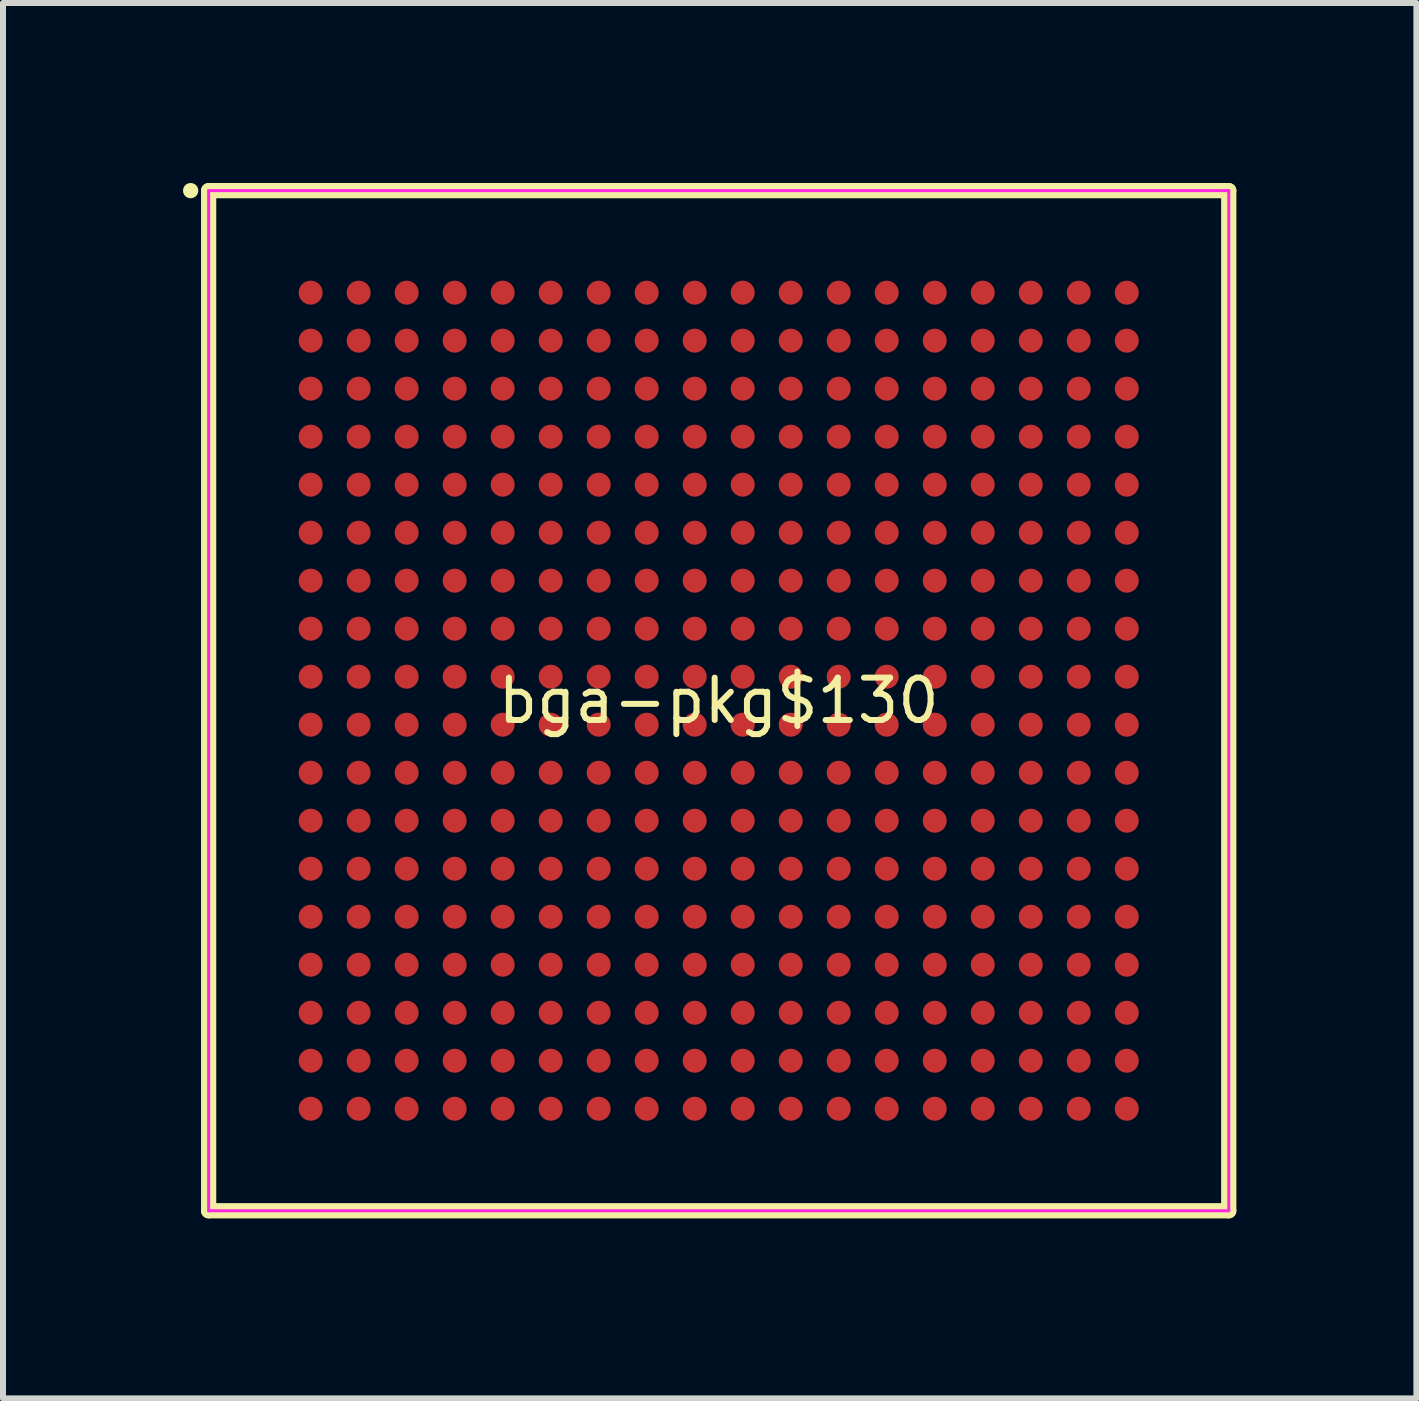
<source format=kicad_pcb>
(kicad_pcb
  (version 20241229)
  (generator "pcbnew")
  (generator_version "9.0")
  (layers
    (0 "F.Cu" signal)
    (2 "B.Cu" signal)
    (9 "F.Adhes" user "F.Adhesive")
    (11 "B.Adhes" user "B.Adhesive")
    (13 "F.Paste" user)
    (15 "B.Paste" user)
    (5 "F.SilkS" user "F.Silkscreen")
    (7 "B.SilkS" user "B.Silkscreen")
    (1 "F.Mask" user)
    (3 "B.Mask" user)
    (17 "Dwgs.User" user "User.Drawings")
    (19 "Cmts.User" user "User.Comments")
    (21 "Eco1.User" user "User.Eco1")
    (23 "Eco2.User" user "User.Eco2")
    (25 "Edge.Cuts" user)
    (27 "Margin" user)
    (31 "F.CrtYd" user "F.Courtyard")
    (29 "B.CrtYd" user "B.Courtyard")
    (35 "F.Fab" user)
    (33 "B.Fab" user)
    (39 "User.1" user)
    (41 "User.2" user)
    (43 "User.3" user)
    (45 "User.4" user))
  (footprint "bga-pkg$130"
    (layer "F.Cu")
    (at 8.927 8.627)
    (property "Reference" "bga-pkg$130" (at 0 0 0) (layer "F.SilkS") (effects (font (size 0.706 0.706) (thickness 0.1))))
    (attr through_hole)
    (fp_line (start -8.5 -8.5) (end -8.5 8.5) (stroke (width 0.254) (type solid)) (layer "F.SilkS"))
    (fp_line (start -8.5 8.5) (end 8.5 8.5) (stroke (width 0.254) (type solid)) (layer "F.SilkS"))
    (fp_line (start 8.5 -8.5) (end -8.5 -8.5) (stroke (width 0.254) (type solid)) (layer "F.SilkS"))
    (fp_line (start 8.5 8.5) (end 8.5 -8.5) (stroke (width 0.254) (type solid)) (layer "F.SilkS"))
    (fp_poly (pts (xy -8.673 -8.5) (xy -8.675 -8.525) (xy -8.683 -8.549) (xy -8.694 -8.571) (xy -8.71 -8.59) (xy -8.729 -8.606) (xy -8.751 -8.617) (xy -8.775 -8.625) (xy -8.8 -8.627) (xy -8.825 -8.625) (xy -8.849 -8.617) (xy -8.871 -8.606) (xy -8.89 -8.59) (xy -8.906 -8.571) (xy -8.917 -8.549) (xy -8.925 -8.525) (xy -8.927 -8.5) (xy -8.925 -8.475) (xy -8.917 -8.451) (xy -8.906 -8.429) (xy -8.89 -8.41) (xy -8.871 -8.394) (xy -8.849 -8.383) (xy -8.825 -8.375) (xy -8.8 -8.373) (xy -8.775 -8.375) (xy -8.751 -8.383) (xy -8.729 -8.394) (xy -8.71 -8.41) (xy -8.694 -8.429) (xy -8.683 -8.451) (xy -8.675 -8.475)) (stroke (width 0) (type solid)) (fill yes) (layer "F.SilkS"))
    (fp_line (start -8.5 -8.5) (end -8.5 8.5) (stroke (width 0.05) (type solid)) (layer "F.CrtYd"))
    (fp_line (start -8.5 8.5) (end 8.5 8.5) (stroke (width 0.05) (type solid)) (layer "F.CrtYd"))
    (fp_line (start 8.5 -8.5) (end -8.5 -8.5) (stroke (width 0.05) (type solid)) (layer "F.CrtYd"))
    (fp_line (start 8.5 8.5) (end 8.5 -8.5) (stroke (width 0.05) (type solid)) (layer "F.CrtYd"))
    (pad "A1" smd circle (at -6.8 -6.8) (size 0.4 0.4) (layers "F.Cu" "F.Mask" "F.Paste"))
    (pad "A2" smd circle (at -6 -6.8) (size 0.4 0.4) (layers "F.Cu" "F.Mask" "F.Paste"))
    (pad "A3" smd circle (at -5.2 -6.8) (size 0.4 0.4) (layers "F.Cu" "F.Mask" "F.Paste"))
    (pad "A4" smd circle (at -4.4 -6.8) (size 0.4 0.4) (layers "F.Cu" "F.Mask" "F.Paste"))
    (pad "A5" smd circle (at -3.6 -6.8) (size 0.4 0.4) (layers "F.Cu" "F.Mask" "F.Paste"))
    (pad "A6" smd circle (at -2.8 -6.8) (size 0.4 0.4) (layers "F.Cu" "F.Mask" "F.Paste"))
    (pad "A7" smd circle (at -2 -6.8) (size 0.4 0.4) (layers "F.Cu" "F.Mask" "F.Paste"))
    (pad "A8" smd circle (at -1.2 -6.8) (size 0.4 0.4) (layers "F.Cu" "F.Mask" "F.Paste"))
    (pad "A9" smd circle (at -0.4 -6.8) (size 0.4 0.4) (layers "F.Cu" "F.Mask" "F.Paste"))
    (pad "A10" smd circle (at 0.4 -6.8) (size 0.4 0.4) (layers "F.Cu" "F.Mask" "F.Paste"))
    (pad "A11" smd circle (at 1.2 -6.8) (size 0.4 0.4) (layers "F.Cu" "F.Mask" "F.Paste"))
    (pad "A12" smd circle (at 2 -6.8) (size 0.4 0.4) (layers "F.Cu" "F.Mask" "F.Paste"))
    (pad "A13" smd circle (at 2.8 -6.8) (size 0.4 0.4) (layers "F.Cu" "F.Mask" "F.Paste"))
    (pad "A14" smd circle (at 3.6 -6.8) (size 0.4 0.4) (layers "F.Cu" "F.Mask" "F.Paste"))
    (pad "A15" smd circle (at 4.4 -6.8) (size 0.4 0.4) (layers "F.Cu" "F.Mask" "F.Paste"))
    (pad "A16" smd circle (at 5.2 -6.8) (size 0.4 0.4) (layers "F.Cu" "F.Mask" "F.Paste"))
    (pad "A17" smd circle (at 6 -6.8) (size 0.4 0.4) (layers "F.Cu" "F.Mask" "F.Paste"))
    (pad "A18" smd circle (at 6.8 -6.8) (size 0.4 0.4) (layers "F.Cu" "F.Mask" "F.Paste"))
    (pad "B1" smd circle (at -6.8 -6) (size 0.4 0.4) (layers "F.Cu" "F.Mask" "F.Paste"))
    (pad "B2" smd circle (at -6 -6) (size 0.4 0.4) (layers "F.Cu" "F.Mask" "F.Paste"))
    (pad "B3" smd circle (at -5.2 -6) (size 0.4 0.4) (layers "F.Cu" "F.Mask" "F.Paste"))
    (pad "B4" smd circle (at -4.4 -6) (size 0.4 0.4) (layers "F.Cu" "F.Mask" "F.Paste"))
    (pad "B5" smd circle (at -3.6 -6) (size 0.4 0.4) (layers "F.Cu" "F.Mask" "F.Paste"))
    (pad "B6" smd circle (at -2.8 -6) (size 0.4 0.4) (layers "F.Cu" "F.Mask" "F.Paste"))
    (pad "B7" smd circle (at -2 -6) (size 0.4 0.4) (layers "F.Cu" "F.Mask" "F.Paste"))
    (pad "B8" smd circle (at -1.2 -6) (size 0.4 0.4) (layers "F.Cu" "F.Mask" "F.Paste"))
    (pad "B9" smd circle (at -0.4 -6) (size 0.4 0.4) (layers "F.Cu" "F.Mask" "F.Paste"))
    (pad "B10" smd circle (at 0.4 -6) (size 0.4 0.4) (layers "F.Cu" "F.Mask" "F.Paste"))
    (pad "B11" smd circle (at 1.2 -6) (size 0.4 0.4) (layers "F.Cu" "F.Mask" "F.Paste"))
    (pad "B12" smd circle (at 2 -6) (size 0.4 0.4) (layers "F.Cu" "F.Mask" "F.Paste"))
    (pad "B13" smd circle (at 2.8 -6) (size 0.4 0.4) (layers "F.Cu" "F.Mask" "F.Paste"))
    (pad "B14" smd circle (at 3.6 -6) (size 0.4 0.4) (layers "F.Cu" "F.Mask" "F.Paste"))
    (pad "B15" smd circle (at 4.4 -6) (size 0.4 0.4) (layers "F.Cu" "F.Mask" "F.Paste"))
    (pad "B16" smd circle (at 5.2 -6) (size 0.4 0.4) (layers "F.Cu" "F.Mask" "F.Paste"))
    (pad "B17" smd circle (at 6 -6) (size 0.4 0.4) (layers "F.Cu" "F.Mask" "F.Paste"))
    (pad "B18" smd circle (at 6.8 -6) (size 0.4 0.4) (layers "F.Cu" "F.Mask" "F.Paste"))
    (pad "C1" smd circle (at -6.8 -5.2) (size 0.4 0.4) (layers "F.Cu" "F.Mask" "F.Paste"))
    (pad "C2" smd circle (at -6 -5.2) (size 0.4 0.4) (layers "F.Cu" "F.Mask" "F.Paste"))
    (pad "C3" smd circle (at -5.2 -5.2) (size 0.4 0.4) (layers "F.Cu" "F.Mask" "F.Paste"))
    (pad "C4" smd circle (at -4.4 -5.2) (size 0.4 0.4) (layers "F.Cu" "F.Mask" "F.Paste"))
    (pad "C5" smd circle (at -3.6 -5.2) (size 0.4 0.4) (layers "F.Cu" "F.Mask" "F.Paste"))
    (pad "C6" smd circle (at -2.8 -5.2) (size 0.4 0.4) (layers "F.Cu" "F.Mask" "F.Paste"))
    (pad "C7" smd circle (at -2 -5.2) (size 0.4 0.4) (layers "F.Cu" "F.Mask" "F.Paste"))
    (pad "C8" smd circle (at -1.2 -5.2) (size 0.4 0.4) (layers "F.Cu" "F.Mask" "F.Paste"))
    (pad "C9" smd circle (at -0.4 -5.2) (size 0.4 0.4) (layers "F.Cu" "F.Mask" "F.Paste"))
    (pad "C10" smd circle (at 0.4 -5.2) (size 0.4 0.4) (layers "F.Cu" "F.Mask" "F.Paste"))
    (pad "C11" smd circle (at 1.2 -5.2) (size 0.4 0.4) (layers "F.Cu" "F.Mask" "F.Paste"))
    (pad "C12" smd circle (at 2 -5.2) (size 0.4 0.4) (layers "F.Cu" "F.Mask" "F.Paste"))
    (pad "C13" smd circle (at 2.8 -5.2) (size 0.4 0.4) (layers "F.Cu" "F.Mask" "F.Paste"))
    (pad "C14" smd circle (at 3.6 -5.2) (size 0.4 0.4) (layers "F.Cu" "F.Mask" "F.Paste"))
    (pad "C15" smd circle (at 4.4 -5.2) (size 0.4 0.4) (layers "F.Cu" "F.Mask" "F.Paste"))
    (pad "C16" smd circle (at 5.2 -5.2) (size 0.4 0.4) (layers "F.Cu" "F.Mask" "F.Paste"))
    (pad "C17" smd circle (at 6 -5.2) (size 0.4 0.4) (layers "F.Cu" "F.Mask" "F.Paste"))
    (pad "C18" smd circle (at 6.8 -5.2) (size 0.4 0.4) (layers "F.Cu" "F.Mask" "F.Paste"))
    (pad "D1" smd circle (at -6.8 -4.4) (size 0.4 0.4) (layers "F.Cu" "F.Mask" "F.Paste"))
    (pad "D2" smd circle (at -6 -4.4) (size 0.4 0.4) (layers "F.Cu" "F.Mask" "F.Paste"))
    (pad "D3" smd circle (at -5.2 -4.4) (size 0.4 0.4) (layers "F.Cu" "F.Mask" "F.Paste"))
    (pad "D4" smd circle (at -4.4 -4.4) (size 0.4 0.4) (layers "F.Cu" "F.Mask" "F.Paste"))
    (pad "D5" smd circle (at -3.6 -4.4) (size 0.4 0.4) (layers "F.Cu" "F.Mask" "F.Paste"))
    (pad "D6" smd circle (at -2.8 -4.4) (size 0.4 0.4) (layers "F.Cu" "F.Mask" "F.Paste"))
    (pad "D7" smd circle (at -2 -4.4) (size 0.4 0.4) (layers "F.Cu" "F.Mask" "F.Paste"))
    (pad "D8" smd circle (at -1.2 -4.4) (size 0.4 0.4) (layers "F.Cu" "F.Mask" "F.Paste"))
    (pad "D9" smd circle (at -0.4 -4.4) (size 0.4 0.4) (layers "F.Cu" "F.Mask" "F.Paste"))
    (pad "D10" smd circle (at 0.4 -4.4) (size 0.4 0.4) (layers "F.Cu" "F.Mask" "F.Paste"))
    (pad "D11" smd circle (at 1.2 -4.4) (size 0.4 0.4) (layers "F.Cu" "F.Mask" "F.Paste"))
    (pad "D12" smd circle (at 2 -4.4) (size 0.4 0.4) (layers "F.Cu" "F.Mask" "F.Paste"))
    (pad "D13" smd circle (at 2.8 -4.4) (size 0.4 0.4) (layers "F.Cu" "F.Mask" "F.Paste"))
    (pad "D14" smd circle (at 3.6 -4.4) (size 0.4 0.4) (layers "F.Cu" "F.Mask" "F.Paste"))
    (pad "D15" smd circle (at 4.4 -4.4) (size 0.4 0.4) (layers "F.Cu" "F.Mask" "F.Paste"))
    (pad "D16" smd circle (at 5.2 -4.4) (size 0.4 0.4) (layers "F.Cu" "F.Mask" "F.Paste"))
    (pad "D17" smd circle (at 6 -4.4) (size 0.4 0.4) (layers "F.Cu" "F.Mask" "F.Paste"))
    (pad "D18" smd circle (at 6.8 -4.4) (size 0.4 0.4) (layers "F.Cu" "F.Mask" "F.Paste"))
    (pad "E1" smd circle (at -6.8 -3.6) (size 0.4 0.4) (layers "F.Cu" "F.Mask" "F.Paste"))
    (pad "E2" smd circle (at -6 -3.6) (size 0.4 0.4) (layers "F.Cu" "F.Mask" "F.Paste"))
    (pad "E3" smd circle (at -5.2 -3.6) (size 0.4 0.4) (layers "F.Cu" "F.Mask" "F.Paste"))
    (pad "E4" smd circle (at -4.4 -3.6) (size 0.4 0.4) (layers "F.Cu" "F.Mask" "F.Paste"))
    (pad "E5" smd circle (at -3.6 -3.6) (size 0.4 0.4) (layers "F.Cu" "F.Mask" "F.Paste"))
    (pad "E6" smd circle (at -2.8 -3.6) (size 0.4 0.4) (layers "F.Cu" "F.Mask" "F.Paste"))
    (pad "E7" smd circle (at -2 -3.6) (size 0.4 0.4) (layers "F.Cu" "F.Mask" "F.Paste"))
    (pad "E8" smd circle (at -1.2 -3.6) (size 0.4 0.4) (layers "F.Cu" "F.Mask" "F.Paste"))
    (pad "E9" smd circle (at -0.4 -3.6) (size 0.4 0.4) (layers "F.Cu" "F.Mask" "F.Paste"))
    (pad "E10" smd circle (at 0.4 -3.6) (size 0.4 0.4) (layers "F.Cu" "F.Mask" "F.Paste"))
    (pad "E11" smd circle (at 1.2 -3.6) (size 0.4 0.4) (layers "F.Cu" "F.Mask" "F.Paste"))
    (pad "E12" smd circle (at 2 -3.6) (size 0.4 0.4) (layers "F.Cu" "F.Mask" "F.Paste"))
    (pad "E13" smd circle (at 2.8 -3.6) (size 0.4 0.4) (layers "F.Cu" "F.Mask" "F.Paste"))
    (pad "E14" smd circle (at 3.6 -3.6) (size 0.4 0.4) (layers "F.Cu" "F.Mask" "F.Paste"))
    (pad "E15" smd circle (at 4.4 -3.6) (size 0.4 0.4) (layers "F.Cu" "F.Mask" "F.Paste"))
    (pad "E16" smd circle (at 5.2 -3.6) (size 0.4 0.4) (layers "F.Cu" "F.Mask" "F.Paste"))
    (pad "E17" smd circle (at 6 -3.6) (size 0.4 0.4) (layers "F.Cu" "F.Mask" "F.Paste"))
    (pad "E18" smd circle (at 6.8 -3.6) (size 0.4 0.4) (layers "F.Cu" "F.Mask" "F.Paste"))
    (pad "F1" smd circle (at -6.8 -2.8) (size 0.4 0.4) (layers "F.Cu" "F.Mask" "F.Paste"))
    (pad "F2" smd circle (at -6 -2.8) (size 0.4 0.4) (layers "F.Cu" "F.Mask" "F.Paste"))
    (pad "F3" smd circle (at -5.2 -2.8) (size 0.4 0.4) (layers "F.Cu" "F.Mask" "F.Paste"))
    (pad "F4" smd circle (at -4.4 -2.8) (size 0.4 0.4) (layers "F.Cu" "F.Mask" "F.Paste"))
    (pad "F5" smd circle (at -3.6 -2.8) (size 0.4 0.4) (layers "F.Cu" "F.Mask" "F.Paste"))
    (pad "F6" smd circle (at -2.8 -2.8) (size 0.4 0.4) (layers "F.Cu" "F.Mask" "F.Paste"))
    (pad "F7" smd circle (at -2 -2.8) (size 0.4 0.4) (layers "F.Cu" "F.Mask" "F.Paste"))
    (pad "F8" smd circle (at -1.2 -2.8) (size 0.4 0.4) (layers "F.Cu" "F.Mask" "F.Paste"))
    (pad "F9" smd circle (at -0.4 -2.8) (size 0.4 0.4) (layers "F.Cu" "F.Mask" "F.Paste"))
    (pad "F10" smd circle (at 0.4 -2.8) (size 0.4 0.4) (layers "F.Cu" "F.Mask" "F.Paste"))
    (pad "F11" smd circle (at 1.2 -2.8) (size 0.4 0.4) (layers "F.Cu" "F.Mask" "F.Paste"))
    (pad "F12" smd circle (at 2 -2.8) (size 0.4 0.4) (layers "F.Cu" "F.Mask" "F.Paste"))
    (pad "F13" smd circle (at 2.8 -2.8) (size 0.4 0.4) (layers "F.Cu" "F.Mask" "F.Paste"))
    (pad "F14" smd circle (at 3.6 -2.8) (size 0.4 0.4) (layers "F.Cu" "F.Mask" "F.Paste"))
    (pad "F15" smd circle (at 4.4 -2.8) (size 0.4 0.4) (layers "F.Cu" "F.Mask" "F.Paste"))
    (pad "F16" smd circle (at 5.2 -2.8) (size 0.4 0.4) (layers "F.Cu" "F.Mask" "F.Paste"))
    (pad "F17" smd circle (at 6 -2.8) (size 0.4 0.4) (layers "F.Cu" "F.Mask" "F.Paste"))
    (pad "F18" smd circle (at 6.8 -2.8) (size 0.4 0.4) (layers "F.Cu" "F.Mask" "F.Paste"))
    (pad "G1" smd circle (at -6.8 -2) (size 0.4 0.4) (layers "F.Cu" "F.Mask" "F.Paste"))
    (pad "G2" smd circle (at -6 -2) (size 0.4 0.4) (layers "F.Cu" "F.Mask" "F.Paste"))
    (pad "G3" smd circle (at -5.2 -2) (size 0.4 0.4) (layers "F.Cu" "F.Mask" "F.Paste"))
    (pad "G4" smd circle (at -4.4 -2) (size 0.4 0.4) (layers "F.Cu" "F.Mask" "F.Paste"))
    (pad "G5" smd circle (at -3.6 -2) (size 0.4 0.4) (layers "F.Cu" "F.Mask" "F.Paste"))
    (pad "G6" smd circle (at -2.8 -2) (size 0.4 0.4) (layers "F.Cu" "F.Mask" "F.Paste"))
    (pad "G7" smd circle (at -2 -2) (size 0.4 0.4) (layers "F.Cu" "F.Mask" "F.Paste"))
    (pad "G8" smd circle (at -1.2 -2) (size 0.4 0.4) (layers "F.Cu" "F.Mask" "F.Paste"))
    (pad "G9" smd circle (at -0.4 -2) (size 0.4 0.4) (layers "F.Cu" "F.Mask" "F.Paste"))
    (pad "G10" smd circle (at 0.4 -2) (size 0.4 0.4) (layers "F.Cu" "F.Mask" "F.Paste"))
    (pad "G11" smd circle (at 1.2 -2) (size 0.4 0.4) (layers "F.Cu" "F.Mask" "F.Paste"))
    (pad "G12" smd circle (at 2 -2) (size 0.4 0.4) (layers "F.Cu" "F.Mask" "F.Paste"))
    (pad "G13" smd circle (at 2.8 -2) (size 0.4 0.4) (layers "F.Cu" "F.Mask" "F.Paste"))
    (pad "G14" smd circle (at 3.6 -2) (size 0.4 0.4) (layers "F.Cu" "F.Mask" "F.Paste"))
    (pad "G15" smd circle (at 4.4 -2) (size 0.4 0.4) (layers "F.Cu" "F.Mask" "F.Paste"))
    (pad "G16" smd circle (at 5.2 -2) (size 0.4 0.4) (layers "F.Cu" "F.Mask" "F.Paste"))
    (pad "G17" smd circle (at 6 -2) (size 0.4 0.4) (layers "F.Cu" "F.Mask" "F.Paste"))
    (pad "G18" smd circle (at 6.8 -2) (size 0.4 0.4) (layers "F.Cu" "F.Mask" "F.Paste"))
    (pad "H1" smd circle (at -6.8 -1.2) (size 0.4 0.4) (layers "F.Cu" "F.Mask" "F.Paste"))
    (pad "H2" smd circle (at -6 -1.2) (size 0.4 0.4) (layers "F.Cu" "F.Mask" "F.Paste"))
    (pad "H3" smd circle (at -5.2 -1.2) (size 0.4 0.4) (layers "F.Cu" "F.Mask" "F.Paste"))
    (pad "H4" smd circle (at -4.4 -1.2) (size 0.4 0.4) (layers "F.Cu" "F.Mask" "F.Paste"))
    (pad "H5" smd circle (at -3.6 -1.2) (size 0.4 0.4) (layers "F.Cu" "F.Mask" "F.Paste"))
    (pad "H6" smd circle (at -2.8 -1.2) (size 0.4 0.4) (layers "F.Cu" "F.Mask" "F.Paste"))
    (pad "H7" smd circle (at -2 -1.2) (size 0.4 0.4) (layers "F.Cu" "F.Mask" "F.Paste"))
    (pad "H8" smd circle (at -1.2 -1.2) (size 0.4 0.4) (layers "F.Cu" "F.Mask" "F.Paste"))
    (pad "H9" smd circle (at -0.4 -1.2) (size 0.4 0.4) (layers "F.Cu" "F.Mask" "F.Paste"))
    (pad "H10" smd circle (at 0.4 -1.2) (size 0.4 0.4) (layers "F.Cu" "F.Mask" "F.Paste"))
    (pad "H11" smd circle (at 1.2 -1.2) (size 0.4 0.4) (layers "F.Cu" "F.Mask" "F.Paste"))
    (pad "H12" smd circle (at 2 -1.2) (size 0.4 0.4) (layers "F.Cu" "F.Mask" "F.Paste"))
    (pad "H13" smd circle (at 2.8 -1.2) (size 0.4 0.4) (layers "F.Cu" "F.Mask" "F.Paste"))
    (pad "H14" smd circle (at 3.6 -1.2) (size 0.4 0.4) (layers "F.Cu" "F.Mask" "F.Paste"))
    (pad "H15" smd circle (at 4.4 -1.2) (size 0.4 0.4) (layers "F.Cu" "F.Mask" "F.Paste"))
    (pad "H16" smd circle (at 5.2 -1.2) (size 0.4 0.4) (layers "F.Cu" "F.Mask" "F.Paste"))
    (pad "H17" smd circle (at 6 -1.2) (size 0.4 0.4) (layers "F.Cu" "F.Mask" "F.Paste"))
    (pad "H18" smd circle (at 6.8 -1.2) (size 0.4 0.4) (layers "F.Cu" "F.Mask" "F.Paste"))
    (pad "J1" smd circle (at -6.8 -0.4) (size 0.4 0.4) (layers "F.Cu" "F.Mask" "F.Paste"))
    (pad "J2" smd circle (at -6 -0.4) (size 0.4 0.4) (layers "F.Cu" "F.Mask" "F.Paste"))
    (pad "J3" smd circle (at -5.2 -0.4) (size 0.4 0.4) (layers "F.Cu" "F.Mask" "F.Paste"))
    (pad "J4" smd circle (at -4.4 -0.4) (size 0.4 0.4) (layers "F.Cu" "F.Mask" "F.Paste"))
    (pad "J5" smd circle (at -3.6 -0.4) (size 0.4 0.4) (layers "F.Cu" "F.Mask" "F.Paste"))
    (pad "J6" smd circle (at -2.8 -0.4) (size 0.4 0.4) (layers "F.Cu" "F.Mask" "F.Paste"))
    (pad "J7" smd circle (at -2 -0.4) (size 0.4 0.4) (layers "F.Cu" "F.Mask" "F.Paste"))
    (pad "J8" smd circle (at -1.2 -0.4) (size 0.4 0.4) (layers "F.Cu" "F.Mask" "F.Paste"))
    (pad "J9" smd circle (at -0.4 -0.4) (size 0.4 0.4) (layers "F.Cu" "F.Mask" "F.Paste"))
    (pad "J10" smd circle (at 0.4 -0.4) (size 0.4 0.4) (layers "F.Cu" "F.Mask" "F.Paste"))
    (pad "J11" smd circle (at 1.2 -0.4) (size 0.4 0.4) (layers "F.Cu" "F.Mask" "F.Paste"))
    (pad "J12" smd circle (at 2 -0.4) (size 0.4 0.4) (layers "F.Cu" "F.Mask" "F.Paste"))
    (pad "J13" smd circle (at 2.8 -0.4) (size 0.4 0.4) (layers "F.Cu" "F.Mask" "F.Paste"))
    (pad "J14" smd circle (at 3.6 -0.4) (size 0.4 0.4) (layers "F.Cu" "F.Mask" "F.Paste"))
    (pad "J15" smd circle (at 4.4 -0.4) (size 0.4 0.4) (layers "F.Cu" "F.Mask" "F.Paste"))
    (pad "J16" smd circle (at 5.2 -0.4) (size 0.4 0.4) (layers "F.Cu" "F.Mask" "F.Paste"))
    (pad "J17" smd circle (at 6 -0.4) (size 0.4 0.4) (layers "F.Cu" "F.Mask" "F.Paste"))
    (pad "J18" smd circle (at 6.8 -0.4) (size 0.4 0.4) (layers "F.Cu" "F.Mask" "F.Paste"))
    (pad "K1" smd circle (at -6.8 0.4) (size 0.4 0.4) (layers "F.Cu" "F.Mask" "F.Paste"))
    (pad "K2" smd circle (at -6 0.4) (size 0.4 0.4) (layers "F.Cu" "F.Mask" "F.Paste"))
    (pad "K3" smd circle (at -5.2 0.4) (size 0.4 0.4) (layers "F.Cu" "F.Mask" "F.Paste"))
    (pad "K4" smd circle (at -4.4 0.4) (size 0.4 0.4) (layers "F.Cu" "F.Mask" "F.Paste"))
    (pad "K5" smd circle (at -3.6 0.4) (size 0.4 0.4) (layers "F.Cu" "F.Mask" "F.Paste"))
    (pad "K6" smd circle (at -2.8 0.4) (size 0.4 0.4) (layers "F.Cu" "F.Mask" "F.Paste"))
    (pad "K7" smd circle (at -2 0.4) (size 0.4 0.4) (layers "F.Cu" "F.Mask" "F.Paste"))
    (pad "K8" smd circle (at -1.2 0.4) (size 0.4 0.4) (layers "F.Cu" "F.Mask" "F.Paste"))
    (pad "K9" smd circle (at -0.4 0.4) (size 0.4 0.4) (layers "F.Cu" "F.Mask" "F.Paste"))
    (pad "K10" smd circle (at 0.4 0.4) (size 0.4 0.4) (layers "F.Cu" "F.Mask" "F.Paste"))
    (pad "K11" smd circle (at 1.2 0.4) (size 0.4 0.4) (layers "F.Cu" "F.Mask" "F.Paste"))
    (pad "K12" smd circle (at 2 0.4) (size 0.4 0.4) (layers "F.Cu" "F.Mask" "F.Paste"))
    (pad "K13" smd circle (at 2.8 0.4) (size 0.4 0.4) (layers "F.Cu" "F.Mask" "F.Paste"))
    (pad "K14" smd circle (at 3.6 0.4) (size 0.4 0.4) (layers "F.Cu" "F.Mask" "F.Paste"))
    (pad "K15" smd circle (at 4.4 0.4) (size 0.4 0.4) (layers "F.Cu" "F.Mask" "F.Paste"))
    (pad "K16" smd circle (at 5.2 0.4) (size 0.4 0.4) (layers "F.Cu" "F.Mask" "F.Paste"))
    (pad "K17" smd circle (at 6 0.4) (size 0.4 0.4) (layers "F.Cu" "F.Mask" "F.Paste"))
    (pad "K18" smd circle (at 6.8 0.4) (size 0.4 0.4) (layers "F.Cu" "F.Mask" "F.Paste"))
    (pad "L1" smd circle (at -6.8 1.2) (size 0.4 0.4) (layers "F.Cu" "F.Mask" "F.Paste"))
    (pad "L2" smd circle (at -6 1.2) (size 0.4 0.4) (layers "F.Cu" "F.Mask" "F.Paste"))
    (pad "L3" smd circle (at -5.2 1.2) (size 0.4 0.4) (layers "F.Cu" "F.Mask" "F.Paste"))
    (pad "L4" smd circle (at -4.4 1.2) (size 0.4 0.4) (layers "F.Cu" "F.Mask" "F.Paste"))
    (pad "L5" smd circle (at -3.6 1.2) (size 0.4 0.4) (layers "F.Cu" "F.Mask" "F.Paste"))
    (pad "L6" smd circle (at -2.8 1.2) (size 0.4 0.4) (layers "F.Cu" "F.Mask" "F.Paste"))
    (pad "L7" smd circle (at -2 1.2) (size 0.4 0.4) (layers "F.Cu" "F.Mask" "F.Paste"))
    (pad "L8" smd circle (at -1.2 1.2) (size 0.4 0.4) (layers "F.Cu" "F.Mask" "F.Paste"))
    (pad "L9" smd circle (at -0.4 1.2) (size 0.4 0.4) (layers "F.Cu" "F.Mask" "F.Paste"))
    (pad "L10" smd circle (at 0.4 1.2) (size 0.4 0.4) (layers "F.Cu" "F.Mask" "F.Paste"))
    (pad "L11" smd circle (at 1.2 1.2) (size 0.4 0.4) (layers "F.Cu" "F.Mask" "F.Paste"))
    (pad "L12" smd circle (at 2 1.2) (size 0.4 0.4) (layers "F.Cu" "F.Mask" "F.Paste"))
    (pad "L13" smd circle (at 2.8 1.2) (size 0.4 0.4) (layers "F.Cu" "F.Mask" "F.Paste"))
    (pad "L14" smd circle (at 3.6 1.2) (size 0.4 0.4) (layers "F.Cu" "F.Mask" "F.Paste"))
    (pad "L15" smd circle (at 4.4 1.2) (size 0.4 0.4) (layers "F.Cu" "F.Mask" "F.Paste"))
    (pad "L16" smd circle (at 5.2 1.2) (size 0.4 0.4) (layers "F.Cu" "F.Mask" "F.Paste"))
    (pad "L17" smd circle (at 6 1.2) (size 0.4 0.4) (layers "F.Cu" "F.Mask" "F.Paste"))
    (pad "L18" smd circle (at 6.8 1.2) (size 0.4 0.4) (layers "F.Cu" "F.Mask" "F.Paste"))
    (pad "M1" smd circle (at -6.8 2) (size 0.4 0.4) (layers "F.Cu" "F.Mask" "F.Paste"))
    (pad "M2" smd circle (at -6 2) (size 0.4 0.4) (layers "F.Cu" "F.Mask" "F.Paste"))
    (pad "M3" smd circle (at -5.2 2) (size 0.4 0.4) (layers "F.Cu" "F.Mask" "F.Paste"))
    (pad "M4" smd circle (at -4.4 2) (size 0.4 0.4) (layers "F.Cu" "F.Mask" "F.Paste"))
    (pad "M5" smd circle (at -3.6 2) (size 0.4 0.4) (layers "F.Cu" "F.Mask" "F.Paste"))
    (pad "M6" smd circle (at -2.8 2) (size 0.4 0.4) (layers "F.Cu" "F.Mask" "F.Paste"))
    (pad "M7" smd circle (at -2 2) (size 0.4 0.4) (layers "F.Cu" "F.Mask" "F.Paste"))
    (pad "M8" smd circle (at -1.2 2) (size 0.4 0.4) (layers "F.Cu" "F.Mask" "F.Paste"))
    (pad "M9" smd circle (at -0.4 2) (size 0.4 0.4) (layers "F.Cu" "F.Mask" "F.Paste"))
    (pad "M10" smd circle (at 0.4 2) (size 0.4 0.4) (layers "F.Cu" "F.Mask" "F.Paste"))
    (pad "M11" smd circle (at 1.2 2) (size 0.4 0.4) (layers "F.Cu" "F.Mask" "F.Paste"))
    (pad "M12" smd circle (at 2 2) (size 0.4 0.4) (layers "F.Cu" "F.Mask" "F.Paste"))
    (pad "M13" smd circle (at 2.8 2) (size 0.4 0.4) (layers "F.Cu" "F.Mask" "F.Paste"))
    (pad "M14" smd circle (at 3.6 2) (size 0.4 0.4) (layers "F.Cu" "F.Mask" "F.Paste"))
    (pad "M15" smd circle (at 4.4 2) (size 0.4 0.4) (layers "F.Cu" "F.Mask" "F.Paste"))
    (pad "M16" smd circle (at 5.2 2) (size 0.4 0.4) (layers "F.Cu" "F.Mask" "F.Paste"))
    (pad "M17" smd circle (at 6 2) (size 0.4 0.4) (layers "F.Cu" "F.Mask" "F.Paste"))
    (pad "M18" smd circle (at 6.8 2) (size 0.4 0.4) (layers "F.Cu" "F.Mask" "F.Paste"))
    (pad "N1" smd circle (at -6.8 2.8) (size 0.4 0.4) (layers "F.Cu" "F.Mask" "F.Paste"))
    (pad "N2" smd circle (at -6 2.8) (size 0.4 0.4) (layers "F.Cu" "F.Mask" "F.Paste"))
    (pad "N3" smd circle (at -5.2 2.8) (size 0.4 0.4) (layers "F.Cu" "F.Mask" "F.Paste"))
    (pad "N4" smd circle (at -4.4 2.8) (size 0.4 0.4) (layers "F.Cu" "F.Mask" "F.Paste"))
    (pad "N5" smd circle (at -3.6 2.8) (size 0.4 0.4) (layers "F.Cu" "F.Mask" "F.Paste"))
    (pad "N6" smd circle (at -2.8 2.8) (size 0.4 0.4) (layers "F.Cu" "F.Mask" "F.Paste"))
    (pad "N7" smd circle (at -2 2.8) (size 0.4 0.4) (layers "F.Cu" "F.Mask" "F.Paste"))
    (pad "N8" smd circle (at -1.2 2.8) (size 0.4 0.4) (layers "F.Cu" "F.Mask" "F.Paste"))
    (pad "N9" smd circle (at -0.4 2.8) (size 0.4 0.4) (layers "F.Cu" "F.Mask" "F.Paste"))
    (pad "N10" smd circle (at 0.4 2.8) (size 0.4 0.4) (layers "F.Cu" "F.Mask" "F.Paste"))
    (pad "N11" smd circle (at 1.2 2.8) (size 0.4 0.4) (layers "F.Cu" "F.Mask" "F.Paste"))
    (pad "N12" smd circle (at 2 2.8) (size 0.4 0.4) (layers "F.Cu" "F.Mask" "F.Paste"))
    (pad "N13" smd circle (at 2.8 2.8) (size 0.4 0.4) (layers "F.Cu" "F.Mask" "F.Paste"))
    (pad "N14" smd circle (at 3.6 2.8) (size 0.4 0.4) (layers "F.Cu" "F.Mask" "F.Paste"))
    (pad "N15" smd circle (at 4.4 2.8) (size 0.4 0.4) (layers "F.Cu" "F.Mask" "F.Paste"))
    (pad "N16" smd circle (at 5.2 2.8) (size 0.4 0.4) (layers "F.Cu" "F.Mask" "F.Paste"))
    (pad "N17" smd circle (at 6 2.8) (size 0.4 0.4) (layers "F.Cu" "F.Mask" "F.Paste"))
    (pad "N18" smd circle (at 6.8 2.8) (size 0.4 0.4) (layers "F.Cu" "F.Mask" "F.Paste"))
    (pad "P1" smd circle (at -6.8 3.6) (size 0.4 0.4) (layers "F.Cu" "F.Mask" "F.Paste"))
    (pad "P2" smd circle (at -6 3.6) (size 0.4 0.4) (layers "F.Cu" "F.Mask" "F.Paste"))
    (pad "P3" smd circle (at -5.2 3.6) (size 0.4 0.4) (layers "F.Cu" "F.Mask" "F.Paste"))
    (pad "P4" smd circle (at -4.4 3.6) (size 0.4 0.4) (layers "F.Cu" "F.Mask" "F.Paste"))
    (pad "P5" smd circle (at -3.6 3.6) (size 0.4 0.4) (layers "F.Cu" "F.Mask" "F.Paste"))
    (pad "P6" smd circle (at -2.8 3.6) (size 0.4 0.4) (layers "F.Cu" "F.Mask" "F.Paste"))
    (pad "P7" smd circle (at -2 3.6) (size 0.4 0.4) (layers "F.Cu" "F.Mask" "F.Paste"))
    (pad "P8" smd circle (at -1.2 3.6) (size 0.4 0.4) (layers "F.Cu" "F.Mask" "F.Paste"))
    (pad "P9" smd circle (at -0.4 3.6) (size 0.4 0.4) (layers "F.Cu" "F.Mask" "F.Paste"))
    (pad "P10" smd circle (at 0.4 3.6) (size 0.4 0.4) (layers "F.Cu" "F.Mask" "F.Paste"))
    (pad "P11" smd circle (at 1.2 3.6) (size 0.4 0.4) (layers "F.Cu" "F.Mask" "F.Paste"))
    (pad "P12" smd circle (at 2 3.6) (size 0.4 0.4) (layers "F.Cu" "F.Mask" "F.Paste"))
    (pad "P13" smd circle (at 2.8 3.6) (size 0.4 0.4) (layers "F.Cu" "F.Mask" "F.Paste"))
    (pad "P14" smd circle (at 3.6 3.6) (size 0.4 0.4) (layers "F.Cu" "F.Mask" "F.Paste"))
    (pad "P15" smd circle (at 4.4 3.6) (size 0.4 0.4) (layers "F.Cu" "F.Mask" "F.Paste"))
    (pad "P16" smd circle (at 5.2 3.6) (size 0.4 0.4) (layers "F.Cu" "F.Mask" "F.Paste"))
    (pad "P17" smd circle (at 6 3.6) (size 0.4 0.4) (layers "F.Cu" "F.Mask" "F.Paste"))
    (pad "P18" smd circle (at 6.8 3.6) (size 0.4 0.4) (layers "F.Cu" "F.Mask" "F.Paste"))
    (pad "R1" smd circle (at -6.8 4.4) (size 0.4 0.4) (layers "F.Cu" "F.Mask" "F.Paste"))
    (pad "R2" smd circle (at -6 4.4) (size 0.4 0.4) (layers "F.Cu" "F.Mask" "F.Paste"))
    (pad "R3" smd circle (at -5.2 4.4) (size 0.4 0.4) (layers "F.Cu" "F.Mask" "F.Paste"))
    (pad "R4" smd circle (at -4.4 4.4) (size 0.4 0.4) (layers "F.Cu" "F.Mask" "F.Paste"))
    (pad "R5" smd circle (at -3.6 4.4) (size 0.4 0.4) (layers "F.Cu" "F.Mask" "F.Paste"))
    (pad "R6" smd circle (at -2.8 4.4) (size 0.4 0.4) (layers "F.Cu" "F.Mask" "F.Paste"))
    (pad "R7" smd circle (at -2 4.4) (size 0.4 0.4) (layers "F.Cu" "F.Mask" "F.Paste"))
    (pad "R8" smd circle (at -1.2 4.4) (size 0.4 0.4) (layers "F.Cu" "F.Mask" "F.Paste"))
    (pad "R9" smd circle (at -0.4 4.4) (size 0.4 0.4) (layers "F.Cu" "F.Mask" "F.Paste"))
    (pad "R10" smd circle (at 0.4 4.4) (size 0.4 0.4) (layers "F.Cu" "F.Mask" "F.Paste"))
    (pad "R11" smd circle (at 1.2 4.4) (size 0.4 0.4) (layers "F.Cu" "F.Mask" "F.Paste"))
    (pad "R12" smd circle (at 2 4.4) (size 0.4 0.4) (layers "F.Cu" "F.Mask" "F.Paste"))
    (pad "R13" smd circle (at 2.8 4.4) (size 0.4 0.4) (layers "F.Cu" "F.Mask" "F.Paste"))
    (pad "R14" smd circle (at 3.6 4.4) (size 0.4 0.4) (layers "F.Cu" "F.Mask" "F.Paste"))
    (pad "R15" smd circle (at 4.4 4.4) (size 0.4 0.4) (layers "F.Cu" "F.Mask" "F.Paste"))
    (pad "R16" smd circle (at 5.2 4.4) (size 0.4 0.4) (layers "F.Cu" "F.Mask" "F.Paste"))
    (pad "R17" smd circle (at 6 4.4) (size 0.4 0.4) (layers "F.Cu" "F.Mask" "F.Paste"))
    (pad "R18" smd circle (at 6.8 4.4) (size 0.4 0.4) (layers "F.Cu" "F.Mask" "F.Paste"))
    (pad "T1" smd circle (at -6.8 5.2) (size 0.4 0.4) (layers "F.Cu" "F.Mask" "F.Paste"))
    (pad "T2" smd circle (at -6 5.2) (size 0.4 0.4) (layers "F.Cu" "F.Mask" "F.Paste"))
    (pad "T3" smd circle (at -5.2 5.2) (size 0.4 0.4) (layers "F.Cu" "F.Mask" "F.Paste"))
    (pad "T4" smd circle (at -4.4 5.2) (size 0.4 0.4) (layers "F.Cu" "F.Mask" "F.Paste"))
    (pad "T5" smd circle (at -3.6 5.2) (size 0.4 0.4) (layers "F.Cu" "F.Mask" "F.Paste"))
    (pad "T6" smd circle (at -2.8 5.2) (size 0.4 0.4) (layers "F.Cu" "F.Mask" "F.Paste"))
    (pad "T7" smd circle (at -2 5.2) (size 0.4 0.4) (layers "F.Cu" "F.Mask" "F.Paste"))
    (pad "T8" smd circle (at -1.2 5.2) (size 0.4 0.4) (layers "F.Cu" "F.Mask" "F.Paste"))
    (pad "T9" smd circle (at -0.4 5.2) (size 0.4 0.4) (layers "F.Cu" "F.Mask" "F.Paste"))
    (pad "T10" smd circle (at 0.4 5.2) (size 0.4 0.4) (layers "F.Cu" "F.Mask" "F.Paste"))
    (pad "T11" smd circle (at 1.2 5.2) (size 0.4 0.4) (layers "F.Cu" "F.Mask" "F.Paste"))
    (pad "T12" smd circle (at 2 5.2) (size 0.4 0.4) (layers "F.Cu" "F.Mask" "F.Paste"))
    (pad "T13" smd circle (at 2.8 5.2) (size 0.4 0.4) (layers "F.Cu" "F.Mask" "F.Paste"))
    (pad "T14" smd circle (at 3.6 5.2) (size 0.4 0.4) (layers "F.Cu" "F.Mask" "F.Paste"))
    (pad "T15" smd circle (at 4.4 5.2) (size 0.4 0.4) (layers "F.Cu" "F.Mask" "F.Paste"))
    (pad "T16" smd circle (at 5.2 5.2) (size 0.4 0.4) (layers "F.Cu" "F.Mask" "F.Paste"))
    (pad "T17" smd circle (at 6 5.2) (size 0.4 0.4) (layers "F.Cu" "F.Mask" "F.Paste"))
    (pad "T18" smd circle (at 6.8 5.2) (size 0.4 0.4) (layers "F.Cu" "F.Mask" "F.Paste"))
    (pad "U1" smd circle (at -6.8 6) (size 0.4 0.4) (layers "F.Cu" "F.Mask" "F.Paste"))
    (pad "U2" smd circle (at -6 6) (size 0.4 0.4) (layers "F.Cu" "F.Mask" "F.Paste"))
    (pad "U3" smd circle (at -5.2 6) (size 0.4 0.4) (layers "F.Cu" "F.Mask" "F.Paste"))
    (pad "U4" smd circle (at -4.4 6) (size 0.4 0.4) (layers "F.Cu" "F.Mask" "F.Paste"))
    (pad "U5" smd circle (at -3.6 6) (size 0.4 0.4) (layers "F.Cu" "F.Mask" "F.Paste"))
    (pad "U6" smd circle (at -2.8 6) (size 0.4 0.4) (layers "F.Cu" "F.Mask" "F.Paste"))
    (pad "U7" smd circle (at -2 6) (size 0.4 0.4) (layers "F.Cu" "F.Mask" "F.Paste"))
    (pad "U8" smd circle (at -1.2 6) (size 0.4 0.4) (layers "F.Cu" "F.Mask" "F.Paste"))
    (pad "U9" smd circle (at -0.4 6) (size 0.4 0.4) (layers "F.Cu" "F.Mask" "F.Paste"))
    (pad "U10" smd circle (at 0.4 6) (size 0.4 0.4) (layers "F.Cu" "F.Mask" "F.Paste"))
    (pad "U11" smd circle (at 1.2 6) (size 0.4 0.4) (layers "F.Cu" "F.Mask" "F.Paste"))
    (pad "U12" smd circle (at 2 6) (size 0.4 0.4) (layers "F.Cu" "F.Mask" "F.Paste"))
    (pad "U13" smd circle (at 2.8 6) (size 0.4 0.4) (layers "F.Cu" "F.Mask" "F.Paste"))
    (pad "U14" smd circle (at 3.6 6) (size 0.4 0.4) (layers "F.Cu" "F.Mask" "F.Paste"))
    (pad "U15" smd circle (at 4.4 6) (size 0.4 0.4) (layers "F.Cu" "F.Mask" "F.Paste"))
    (pad "U16" smd circle (at 5.2 6) (size 0.4 0.4) (layers "F.Cu" "F.Mask" "F.Paste"))
    (pad "U17" smd circle (at 6 6) (size 0.4 0.4) (layers "F.Cu" "F.Mask" "F.Paste"))
    (pad "U18" smd circle (at 6.8 6) (size 0.4 0.4) (layers "F.Cu" "F.Mask" "F.Paste"))
    (pad "V1" smd circle (at -6.8 6.8) (size 0.4 0.4) (layers "F.Cu" "F.Mask" "F.Paste"))
    (pad "V2" smd circle (at -6 6.8) (size 0.4 0.4) (layers "F.Cu" "F.Mask" "F.Paste"))
    (pad "V3" smd circle (at -5.2 6.8) (size 0.4 0.4) (layers "F.Cu" "F.Mask" "F.Paste"))
    (pad "V4" smd circle (at -4.4 6.8) (size 0.4 0.4) (layers "F.Cu" "F.Mask" "F.Paste"))
    (pad "V5" smd circle (at -3.6 6.8) (size 0.4 0.4) (layers "F.Cu" "F.Mask" "F.Paste"))
    (pad "V6" smd circle (at -2.8 6.8) (size 0.4 0.4) (layers "F.Cu" "F.Mask" "F.Paste"))
    (pad "V7" smd circle (at -2 6.8) (size 0.4 0.4) (layers "F.Cu" "F.Mask" "F.Paste"))
    (pad "V8" smd circle (at -1.2 6.8) (size 0.4 0.4) (layers "F.Cu" "F.Mask" "F.Paste"))
    (pad "V9" smd circle (at -0.4 6.8) (size 0.4 0.4) (layers "F.Cu" "F.Mask" "F.Paste"))
    (pad "V10" smd circle (at 0.4 6.8) (size 0.4 0.4) (layers "F.Cu" "F.Mask" "F.Paste"))
    (pad "V11" smd circle (at 1.2 6.8) (size 0.4 0.4) (layers "F.Cu" "F.Mask" "F.Paste"))
    (pad "V12" smd circle (at 2 6.8) (size 0.4 0.4) (layers "F.Cu" "F.Mask" "F.Paste"))
    (pad "V13" smd circle (at 2.8 6.8) (size 0.4 0.4) (layers "F.Cu" "F.Mask" "F.Paste"))
    (pad "V14" smd circle (at 3.6 6.8) (size 0.4 0.4) (layers "F.Cu" "F.Mask" "F.Paste"))
    (pad "V15" smd circle (at 4.4 6.8) (size 0.4 0.4) (layers "F.Cu" "F.Mask" "F.Paste"))
    (pad "V16" smd circle (at 5.2 6.8) (size 0.4 0.4) (layers "F.Cu" "F.Mask" "F.Paste"))
    (pad "V17" smd circle (at 6 6.8) (size 0.4 0.4) (layers "F.Cu" "F.Mask" "F.Paste"))
    (pad "V18" smd circle (at 6.8 6.8) (size 0.4 0.4) (layers "F.Cu" "F.Mask" "F.Paste")))
  (gr_rect
    (start -3 -3)
    (end 20.554 20.254)
    (stroke (width 0.1) (type default))
    (fill no)
    (layer "Edge.Cuts")))
</source>
